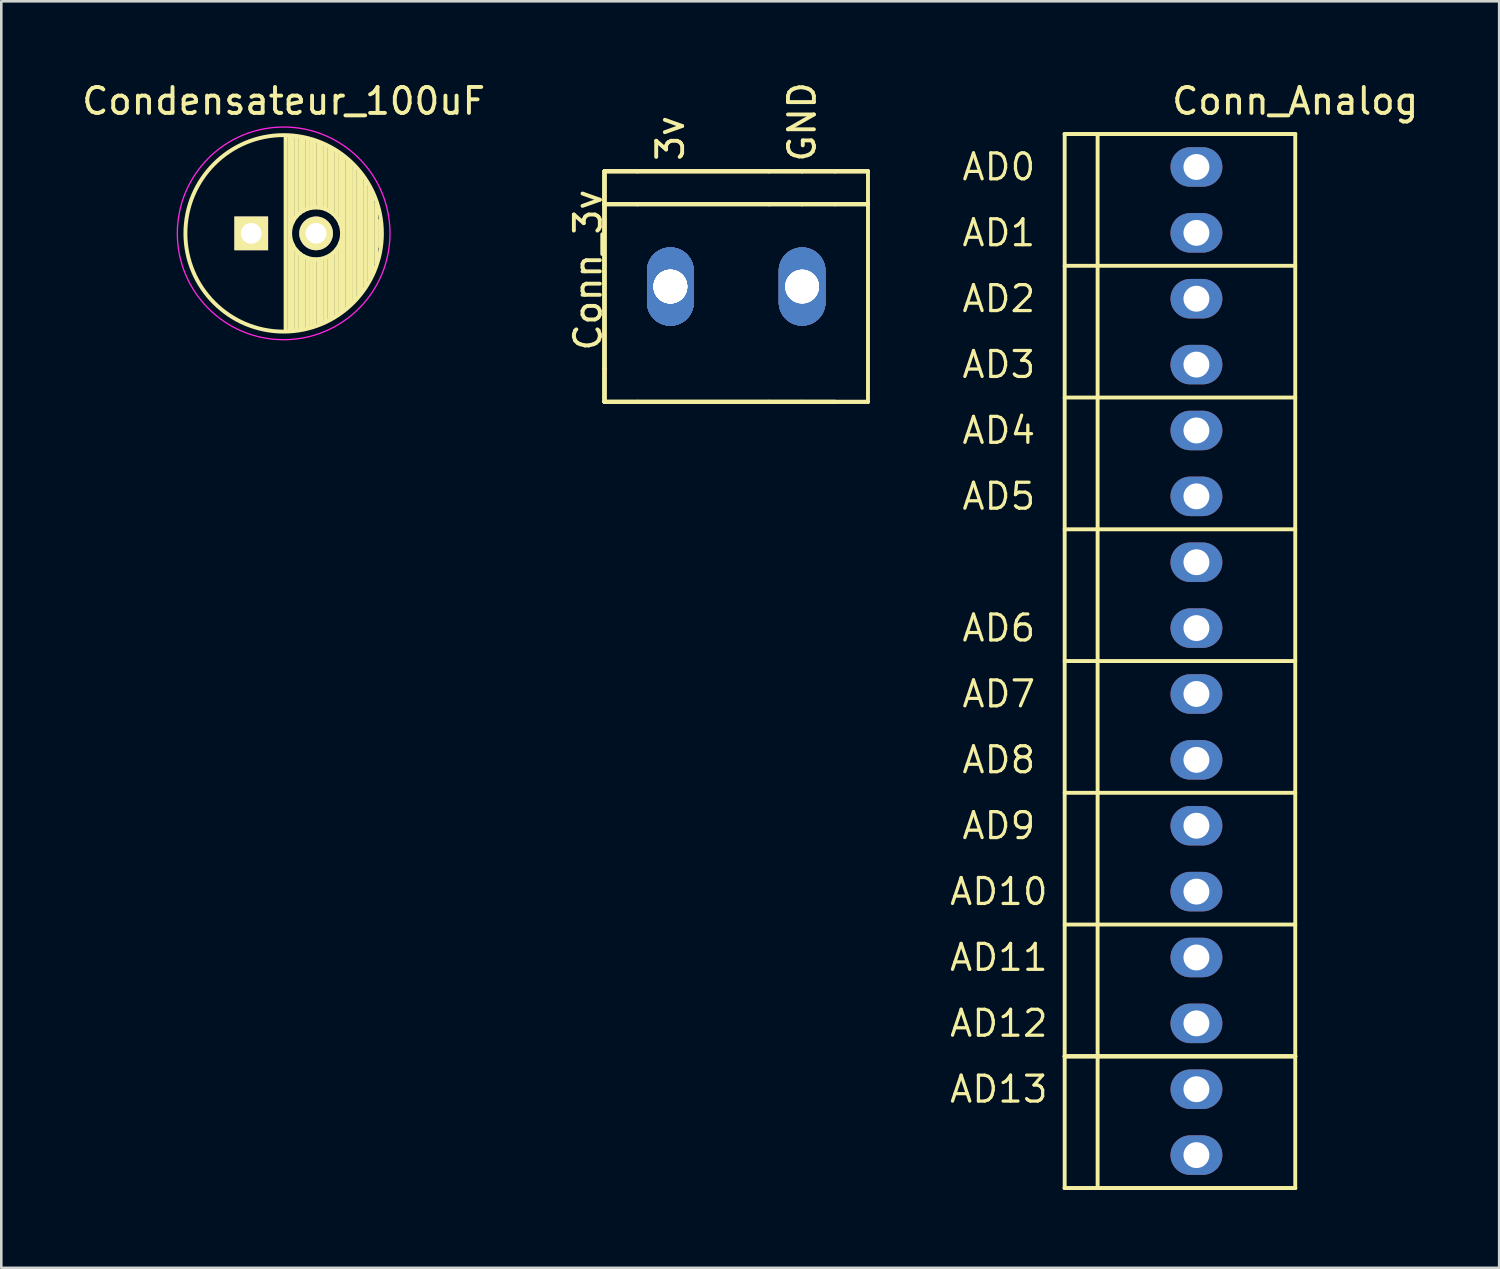
<source format=kicad_pcb>
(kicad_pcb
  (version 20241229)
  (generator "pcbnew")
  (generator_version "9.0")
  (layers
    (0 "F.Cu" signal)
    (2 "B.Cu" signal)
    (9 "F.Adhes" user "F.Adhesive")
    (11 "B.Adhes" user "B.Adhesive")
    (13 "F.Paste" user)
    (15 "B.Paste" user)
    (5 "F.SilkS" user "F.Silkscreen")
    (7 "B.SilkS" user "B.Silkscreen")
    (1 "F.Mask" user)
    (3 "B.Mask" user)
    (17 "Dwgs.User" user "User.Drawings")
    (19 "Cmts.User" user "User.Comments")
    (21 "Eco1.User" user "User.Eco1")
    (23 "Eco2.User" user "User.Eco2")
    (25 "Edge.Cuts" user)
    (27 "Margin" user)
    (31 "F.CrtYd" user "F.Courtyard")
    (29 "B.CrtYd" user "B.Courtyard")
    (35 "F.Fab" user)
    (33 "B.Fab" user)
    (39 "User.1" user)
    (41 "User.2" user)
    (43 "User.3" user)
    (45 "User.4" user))
  (footprint "Condensateur_100uF"
    (layer "F.Cu")
    (at 6.637 5.948)
    (property "Reference" "Condensateur_100uF" (at 1.25 -5.1 0) (layer "F.SilkS") (effects (font (size 1 1) (thickness 0.15))))
    (attr through_hole)
    (fp_line (start 1.325 -3.749) (end 1.325 3.749) (stroke (width 0.15) (type solid)) (layer "F.SilkS"))
    (fp_line (start 1.465 -3.744) (end 1.465 3.744) (stroke (width 0.15) (type solid)) (layer "F.SilkS"))
    (fp_line (start 1.605 -3.733) (end 1.605 -0.446) (stroke (width 0.15) (type solid)) (layer "F.SilkS"))
    (fp_line (start 1.605 0.446) (end 1.605 3.733) (stroke (width 0.15) (type solid)) (layer "F.SilkS"))
    (fp_line (start 1.745 -3.717) (end 1.745 -0.656) (stroke (width 0.15) (type solid)) (layer "F.SilkS"))
    (fp_line (start 1.745 0.656) (end 1.745 3.717) (stroke (width 0.15) (type solid)) (layer "F.SilkS"))
    (fp_line (start 1.885 -3.696) (end 1.885 -0.789) (stroke (width 0.15) (type solid)) (layer "F.SilkS"))
    (fp_line (start 1.885 0.789) (end 1.885 3.696) (stroke (width 0.15) (type solid)) (layer "F.SilkS"))
    (fp_line (start 2.025 -3.669) (end 2.025 -0.88) (stroke (width 0.15) (type solid)) (layer "F.SilkS"))
    (fp_line (start 2.025 0.88) (end 2.025 3.669) (stroke (width 0.15) (type solid)) (layer "F.SilkS"))
    (fp_line (start 2.165 -3.637) (end 2.165 -0.942) (stroke (width 0.15) (type solid)) (layer "F.SilkS"))
    (fp_line (start 2.165 0.942) (end 2.165 3.637) (stroke (width 0.15) (type solid)) (layer "F.SilkS"))
    (fp_line (start 2.305 -3.599) (end 2.305 -0.981) (stroke (width 0.15) (type solid)) (layer "F.SilkS"))
    (fp_line (start 2.305 0.981) (end 2.305 3.599) (stroke (width 0.15) (type solid)) (layer "F.SilkS"))
    (fp_line (start 2.445 -3.555) (end 2.445 -0.998) (stroke (width 0.15) (type solid)) (layer "F.SilkS"))
    (fp_line (start 2.445 0.998) (end 2.445 3.555) (stroke (width 0.15) (type solid)) (layer "F.SilkS"))
    (fp_line (start 2.585 -3.504) (end 2.585 -0.996) (stroke (width 0.15) (type solid)) (layer "F.SilkS"))
    (fp_line (start 2.585 0.996) (end 2.585 3.504) (stroke (width 0.15) (type solid)) (layer "F.SilkS"))
    (fp_line (start 2.725 -3.448) (end 2.725 -0.974) (stroke (width 0.15) (type solid)) (layer "F.SilkS"))
    (fp_line (start 2.725 0.974) (end 2.725 3.448) (stroke (width 0.15) (type solid)) (layer "F.SilkS"))
    (fp_line (start 2.865 -3.384) (end 2.865 -0.931) (stroke (width 0.15) (type solid)) (layer "F.SilkS"))
    (fp_line (start 2.865 0.931) (end 2.865 3.384) (stroke (width 0.15) (type solid)) (layer "F.SilkS"))
    (fp_line (start 3.005 -3.314) (end 3.005 -0.863) (stroke (width 0.15) (type solid)) (layer "F.SilkS"))
    (fp_line (start 3.005 0.863) (end 3.005 3.314) (stroke (width 0.15) (type solid)) (layer "F.SilkS"))
    (fp_line (start 3.145 -3.236) (end 3.145 -0.764) (stroke (width 0.15) (type solid)) (layer "F.SilkS"))
    (fp_line (start 3.145 0.764) (end 3.145 3.236) (stroke (width 0.15) (type solid)) (layer "F.SilkS"))
    (fp_line (start 3.285 -3.15) (end 3.285 -0.619) (stroke (width 0.15) (type solid)) (layer "F.SilkS"))
    (fp_line (start 3.285 0.619) (end 3.285 3.15) (stroke (width 0.15) (type solid)) (layer "F.SilkS"))
    (fp_line (start 3.425 -3.055) (end 3.425 -0.38) (stroke (width 0.15) (type solid)) (layer "F.SilkS"))
    (fp_line (start 3.425 0.38) (end 3.425 3.055) (stroke (width 0.15) (type solid)) (layer "F.SilkS"))
    (fp_line (start 3.565 -2.95) (end 3.565 2.95) (stroke (width 0.15) (type solid)) (layer "F.SilkS"))
    (fp_line (start 3.705 -2.835) (end 3.705 2.835) (stroke (width 0.15) (type solid)) (layer "F.SilkS"))
    (fp_line (start 3.845 -2.707) (end 3.845 2.707) (stroke (width 0.15) (type solid)) (layer "F.SilkS"))
    (fp_line (start 3.985 -2.566) (end 3.985 2.566) (stroke (width 0.15) (type solid)) (layer "F.SilkS"))
    (fp_line (start 4.125 -2.408) (end 4.125 2.408) (stroke (width 0.15) (type solid)) (layer "F.SilkS"))
    (fp_line (start 4.265 -2.23) (end 4.265 2.23) (stroke (width 0.15) (type solid)) (layer "F.SilkS"))
    (fp_line (start 4.405 -2.027) (end 4.405 2.027) (stroke (width 0.15) (type solid)) (layer "F.SilkS"))
    (fp_line (start 4.545 -1.79) (end 4.545 1.79) (stroke (width 0.15) (type solid)) (layer "F.SilkS"))
    (fp_line (start 4.685 -1.504) (end 4.685 1.504) (stroke (width 0.15) (type solid)) (layer "F.SilkS"))
    (fp_line (start 4.825 -1.132) (end 4.825 1.132) (stroke (width 0.15) (type solid)) (layer "F.SilkS"))
    (fp_line (start 4.965 -0.511) (end 4.965 0.511) (stroke (width 0.15) (type solid)) (layer "F.SilkS"))
    (fp_circle (center 1.25 0) (end 1.25 -3.788) (stroke (width 0.15) (type solid)) (fill no) (layer "F.SilkS"))
    (fp_circle (center 2.5 0) (end 2.5 -1) (stroke (width 0.15) (type solid)) (fill no) (layer "F.SilkS"))
    (fp_circle (center 1.25 0) (end 1.25 -4.1) (stroke (width 0.05) (type solid)) (fill no) (layer "F.CrtYd"))
    (pad "1" thru_hole rect (at 0 0) (size 1.3 1.3) (drill 0.8) (layers "*.Cu" "*.Mask" "F.SilkS"))
    (pad "2" thru_hole circle (at 2.5 0) (size 1.3 1.3) (drill 0.8) (layers "*.Cu" "*.Mask" "F.SilkS")))
  (footprint "Conn_Analog"
    (layer "F.Cu")
    (at 38.001 13.548)
    (property "Reference" "Conn_Analog" (at 8.89 -12.7 0) (layer "F.SilkS") (effects (font (size 1 1) (thickness 0.15))))
    (attr exclude_from_pos_files exclude_from_bom)
    (fp_line (start 0 -11.43) (end 0 24.13) (stroke (width 0.15) (type solid)) (layer "F.SilkS"))
    (fp_line (start 0 -11.43) (end 7.62 -11.43) (stroke (width 0.15) (type solid)) (layer "F.SilkS"))
    (fp_line (start 0 -1.27) (end 8.89 -1.27) (stroke (width 0.15) (type solid)) (layer "F.SilkS"))
    (fp_line (start 0 24.13) (end 0 29.21) (stroke (width 0.15) (type solid)) (layer "F.SilkS"))
    (fp_line (start 0 24.13) (end 8.89 24.13) (stroke (width 0.15) (type solid)) (layer "F.SilkS"))
    (fp_line (start 0 29.21) (end 8.89 29.21) (stroke (width 0.15) (type solid)) (layer "F.SilkS"))
    (fp_line (start 1.27 24.13) (end 1.27 -11.43) (stroke (width 0.15) (type solid)) (layer "F.SilkS"))
    (fp_line (start 1.27 29.21) (end 1.27 24.13) (stroke (width 0.15) (type solid)) (layer "F.SilkS"))
    (fp_line (start 7.62 -11.43) (end 8.89 -11.43) (stroke (width 0.15) (type solid)) (layer "F.SilkS"))
    (fp_line (start 8.89 -11.43) (end 0 -11.43) (stroke (width 0.15) (type solid)) (layer "F.SilkS"))
    (fp_line (start 8.89 -6.35) (end 0 -6.35) (stroke (width 0.15) (type solid)) (layer "F.SilkS"))
    (fp_line (start 8.89 3.81) (end 0 3.81) (stroke (width 0.15) (type solid)) (layer "F.SilkS"))
    (fp_line (start 8.89 8.89) (end 0 8.89) (stroke (width 0.15) (type solid)) (layer "F.SilkS"))
    (fp_line (start 8.89 13.97) (end 0 13.97) (stroke (width 0.15) (type solid)) (layer "F.SilkS"))
    (fp_line (start 8.89 19.05) (end 0 19.05) (stroke (width 0.15) (type solid)) (layer "F.SilkS"))
    (fp_line (start 8.89 24.13) (end 0 24.13) (stroke (width 0.15) (type solid)) (layer "F.SilkS"))
    (fp_line (start 8.89 24.13) (end 0 24.13) (stroke (width 0.15) (type solid)) (layer "F.SilkS"))
    (fp_line (start 8.89 24.13) (end 8.89 -11.43) (stroke (width 0.15) (type solid)) (layer "F.SilkS"))
    (fp_line (start 8.89 29.21) (end 0 29.21) (stroke (width 0.15) (type solid)) (layer "F.SilkS"))
    (fp_line (start 8.89 29.21) (end 8.89 24.13) (stroke (width 0.15) (type solid)) (layer "F.SilkS"))
    (fp_text user "AD5" (at -2.54 2.54 0) (layer "F.SilkS") (effects (font (size 1 1) (thickness 0.125))))
    (fp_text user "AD1" (at -2.54 -7.62 0) (layer "F.SilkS") (effects (font (size 1 1) (thickness 0.125))))
    (fp_text user "AD11" (at -2.54 20.32 0) (layer "F.SilkS") (effects (font (size 1 1) (thickness 0.125))))
    (fp_text user "AD10" (at -2.54 17.78 0) (layer "F.SilkS") (effects (font (size 1 1) (thickness 0.125))))
    (fp_text user "AD4" (at -2.54 0 0) (layer "F.SilkS") (effects (font (size 1 1) (thickness 0.125))))
    (fp_text user "AD3" (at -2.54 -2.54 0) (layer "F.SilkS") (effects (font (size 1 1) (thickness 0.125))))
    (fp_text user "AD8" (at -2.54 12.7 0) (layer "F.SilkS") (effects (font (size 1 1) (thickness 0.125))))
    (fp_text user "AD13" (at -2.54 25.4 0) (layer "F.SilkS") (effects (font (size 1 1) (thickness 0.125))))
    (fp_text user "AD9" (at -2.54 15.24 0) (layer "F.SilkS") (effects (font (size 1 1) (thickness 0.125))))
    (fp_text user "AD0" (at -2.54 -10.16 0) (layer "F.SilkS") (effects (font (size 1 1) (thickness 0.125))))
    (fp_text user "AD7" (at -2.54 10.16 0) (layer "F.SilkS") (effects (font (size 1 1) (thickness 0.125))))
    (fp_text user "AD2" (at -2.54 -5.08 0) (layer "F.SilkS") (effects (font (size 1 1) (thickness 0.125))))
    (fp_text user "AD12" (at -2.54 22.86 0) (layer "F.SilkS") (effects (font (size 1 1) (thickness 0.125))))
    (fp_text user "AD6" (at -2.54 7.62 0) (layer "F.SilkS") (effects (font (size 1 1) (thickness 0.125))))
    (pad "1" thru_hole oval (at 5.08 -10.16) (size 2 1.524) (drill 1) (layers "*.Cu" "*.Mask"))
    (pad "2" thru_hole oval (at 5.08 -7.62) (size 2 1.524) (drill 1) (layers "*.Cu" "*.Mask"))
    (pad "3" thru_hole oval (at 5.08 -5.08) (size 2 1.524) (drill 1) (layers "*.Cu" "*.Mask"))
    (pad "4" thru_hole oval (at 5.08 -2.54) (size 2 1.524) (drill 1) (layers "*.Cu" "*.Mask"))
    (pad "5" thru_hole oval (at 5.08 0) (size 2 1.524) (drill 1) (layers "*.Cu" "*.Mask"))
    (pad "6" thru_hole oval (at 5.08 2.54) (size 2 1.524) (drill 1) (layers "*.Cu" "*.Mask"))
    (pad "7" thru_hole oval (at 5.08 5.08) (size 2 1.524) (drill 1) (layers "*.Cu" "*.Mask"))
    (pad "8" thru_hole oval (at 5.08 7.62) (size 2 1.524) (drill 1) (layers "*.Cu" "*.Mask"))
    (pad "9" thru_hole oval (at 5.08 10.16) (size 2 1.524) (drill 1) (layers "*.Cu" "*.Mask"))
    (pad "10" thru_hole oval (at 5.08 12.7) (size 2 1.524) (drill 1) (layers "*.Cu" "*.Mask"))
    (pad "11" thru_hole oval (at 5.08 15.24) (size 2 1.524) (drill 1) (layers "*.Cu" "*.Mask"))
    (pad "12" thru_hole oval (at 5.08 17.78) (size 2 1.524) (drill 1) (layers "*.Cu" "*.Mask"))
    (pad "13" thru_hole oval (at 5.08 20.32) (size 2 1.524) (drill 1) (layers "*.Cu" "*.Mask"))
    (pad "14" thru_hole oval (at 5.08 22.86) (size 2 1.524) (drill 1) (layers "*.Cu" "*.Mask"))
    (pad "15" thru_hole oval (at 5.08 25.4) (size 2 1.524) (drill 1) (layers "*.Cu" "*.Mask"))
    (pad "16" thru_hole oval (at 5.08 27.94) (size 2 1.524) (drill 1) (layers "*.Cu" "*.Mask")))
  (footprint "Conn_3v"
    (layer "F.Cu")
    (at 25.337 7.999)
    (property "Reference" "Conn_3v" (at -5.715 -0.635 90) (layer "F.SilkS") (effects (font (size 1 1) (thickness 0.15))))
    (attr exclude_from_pos_files exclude_from_bom)
    (fp_line (start -5.08 -4.445) (end -3.81 -4.445) (stroke (width 0.15) (type solid)) (layer "F.SilkS"))
    (fp_line (start -5.08 -4.445) (end -3.81 -4.445) (stroke (width 0.15) (type solid)) (layer "F.SilkS"))
    (fp_line (start -5.08 -4.445) (end -3.81 -4.445) (stroke (width 0.15) (type solid)) (layer "F.SilkS"))
    (fp_line (start -5.08 -4.445) (end -3.81 -4.445) (stroke (width 0.15) (type solid)) (layer "F.SilkS"))
    (fp_line (start -5.08 -3.175) (end -5.08 -4.445) (stroke (width 0.15) (type solid)) (layer "F.SilkS"))
    (fp_line (start -5.08 -3.175) (end -5.08 -4.445) (stroke (width 0.15) (type solid)) (layer "F.SilkS"))
    (fp_line (start -5.08 -3.175) (end -5.08 -4.445) (stroke (width 0.15) (type solid)) (layer "F.SilkS"))
    (fp_line (start -5.08 -3.175) (end -5.08 -4.445) (stroke (width 0.15) (type solid)) (layer "F.SilkS"))
    (fp_line (start -5.08 -3.175) (end -5.08 3.175) (stroke (width 0.15) (type solid)) (layer "F.SilkS"))
    (fp_line (start -5.08 -3.175) (end -5.08 3.175) (stroke (width 0.15) (type solid)) (layer "F.SilkS"))
    (fp_line (start -5.08 -3.175) (end -5.08 3.175) (stroke (width 0.15) (type solid)) (layer "F.SilkS"))
    (fp_line (start -5.08 -3.175) (end -5.08 3.175) (stroke (width 0.15) (type solid)) (layer "F.SilkS"))
    (fp_line (start -5.08 -3.175) (end -3.81 -3.175) (stroke (width 0.15) (type solid)) (layer "F.SilkS"))
    (fp_line (start -5.08 -3.175) (end -3.81 -3.175) (stroke (width 0.15) (type solid)) (layer "F.SilkS"))
    (fp_line (start -5.08 -3.175) (end -3.81 -3.175) (stroke (width 0.15) (type solid)) (layer "F.SilkS"))
    (fp_line (start -5.08 -3.175) (end -3.81 -3.175) (stroke (width 0.15) (type solid)) (layer "F.SilkS"))
    (fp_line (start -5.08 4.445) (end -5.08 3.175) (stroke (width 0.15) (type solid)) (layer "F.SilkS"))
    (fp_line (start -5.08 4.445) (end -5.08 3.175) (stroke (width 0.15) (type solid)) (layer "F.SilkS"))
    (fp_line (start -5.08 4.445) (end -5.08 3.175) (stroke (width 0.15) (type solid)) (layer "F.SilkS"))
    (fp_line (start -5.08 4.445) (end -5.08 3.175) (stroke (width 0.15) (type solid)) (layer "F.SilkS"))
    (fp_line (start -3.81 -4.445) (end 1.27 -4.445) (stroke (width 0.15) (type solid)) (layer "F.SilkS"))
    (fp_line (start -3.81 -4.445) (end 1.27 -4.445) (stroke (width 0.15) (type solid)) (layer "F.SilkS"))
    (fp_line (start -3.81 -4.445) (end 1.27 -4.445) (stroke (width 0.15) (type solid)) (layer "F.SilkS"))
    (fp_line (start -3.81 -4.445) (end 1.27 -4.445) (stroke (width 0.15) (type solid)) (layer "F.SilkS"))
    (fp_line (start -3.81 4.445) (end -5.08 4.445) (stroke (width 0.15) (type solid)) (layer "F.SilkS"))
    (fp_line (start -3.81 4.445) (end -5.08 4.445) (stroke (width 0.15) (type solid)) (layer "F.SilkS"))
    (fp_line (start -3.81 4.445) (end -5.08 4.445) (stroke (width 0.15) (type solid)) (layer "F.SilkS"))
    (fp_line (start -3.81 4.445) (end -5.08 4.445) (stroke (width 0.15) (type solid)) (layer "F.SilkS"))
    (fp_line (start 1.27 -4.445) (end 2.54 -4.445) (stroke (width 0.15) (type solid)) (layer "F.SilkS"))
    (fp_line (start 1.27 -4.445) (end 2.54 -4.445) (stroke (width 0.15) (type solid)) (layer "F.SilkS"))
    (fp_line (start 1.27 -4.445) (end 2.54 -4.445) (stroke (width 0.15) (type solid)) (layer "F.SilkS"))
    (fp_line (start 1.27 -4.445) (end 2.54 -4.445) (stroke (width 0.15) (type solid)) (layer "F.SilkS"))
    (fp_line (start 1.27 -3.175) (end -3.81 -3.175) (stroke (width 0.15) (type solid)) (layer "F.SilkS"))
    (fp_line (start 1.27 -3.175) (end -3.81 -3.175) (stroke (width 0.15) (type solid)) (layer "F.SilkS"))
    (fp_line (start 1.27 -3.175) (end -3.81 -3.175) (stroke (width 0.15) (type solid)) (layer "F.SilkS"))
    (fp_line (start 1.27 -3.175) (end -3.81 -3.175) (stroke (width 0.15) (type solid)) (layer "F.SilkS"))
    (fp_line (start 1.27 -3.175) (end 2.54 -3.175) (stroke (width 0.15) (type solid)) (layer "F.SilkS"))
    (fp_line (start 1.27 -3.175) (end 2.54 -3.175) (stroke (width 0.15) (type solid)) (layer "F.SilkS"))
    (fp_line (start 1.27 -3.175) (end 2.54 -3.175) (stroke (width 0.15) (type solid)) (layer "F.SilkS"))
    (fp_line (start 1.27 -3.175) (end 2.54 -3.175) (stroke (width 0.15) (type solid)) (layer "F.SilkS"))
    (fp_line (start 1.27 4.445) (end -3.81 4.445) (stroke (width 0.15) (type solid)) (layer "F.SilkS"))
    (fp_line (start 1.27 4.445) (end -3.81 4.445) (stroke (width 0.15) (type solid)) (layer "F.SilkS"))
    (fp_line (start 1.27 4.445) (end -3.81 4.445) (stroke (width 0.15) (type solid)) (layer "F.SilkS"))
    (fp_line (start 1.27 4.445) (end -3.81 4.445) (stroke (width 0.15) (type solid)) (layer "F.SilkS"))
    (fp_line (start 1.27 4.445) (end 2.54 4.445) (stroke (width 0.15) (type solid)) (layer "F.SilkS"))
    (fp_line (start 1.27 4.445) (end 2.54 4.445) (stroke (width 0.15) (type solid)) (layer "F.SilkS"))
    (fp_line (start 1.27 4.445) (end 2.54 4.445) (stroke (width 0.15) (type solid)) (layer "F.SilkS"))
    (fp_line (start 1.27 4.445) (end 2.54 4.445) (stroke (width 0.15) (type solid)) (layer "F.SilkS"))
    (fp_line (start 2.54 -4.445) (end 3.81 -4.445) (stroke (width 0.15) (type solid)) (layer "F.SilkS"))
    (fp_line (start 2.54 -4.445) (end 3.81 -4.445) (stroke (width 0.15) (type solid)) (layer "F.SilkS"))
    (fp_line (start 2.54 -4.445) (end 3.81 -4.445) (stroke (width 0.15) (type solid)) (layer "F.SilkS"))
    (fp_line (start 2.54 -4.445) (end 3.81 -4.445) (stroke (width 0.15) (type solid)) (layer "F.SilkS"))
    (fp_line (start 2.54 -3.175) (end 3.81 -3.175) (stroke (width 0.15) (type solid)) (layer "F.SilkS"))
    (fp_line (start 2.54 -3.175) (end 3.81 -3.175) (stroke (width 0.15) (type solid)) (layer "F.SilkS"))
    (fp_line (start 2.54 -3.175) (end 3.81 -3.175) (stroke (width 0.15) (type solid)) (layer "F.SilkS"))
    (fp_line (start 2.54 -3.175) (end 3.81 -3.175) (stroke (width 0.15) (type solid)) (layer "F.SilkS"))
    (fp_line (start 2.54 4.445) (end 3.81 4.445) (stroke (width 0.15) (type solid)) (layer "F.SilkS"))
    (fp_line (start 2.54 4.445) (end 3.81 4.445) (stroke (width 0.15) (type solid)) (layer "F.SilkS"))
    (fp_line (start 2.54 4.445) (end 3.81 4.445) (stroke (width 0.15) (type solid)) (layer "F.SilkS"))
    (fp_line (start 2.54 4.445) (end 3.81 4.445) (stroke (width 0.15) (type solid)) (layer "F.SilkS"))
    (fp_line (start 3.81 -4.445) (end 5.08 -4.445) (stroke (width 0.15) (type solid)) (layer "F.SilkS"))
    (fp_line (start 3.81 -4.445) (end 5.08 -4.445) (stroke (width 0.15) (type solid)) (layer "F.SilkS"))
    (fp_line (start 3.81 -4.445) (end 5.08 -4.445) (stroke (width 0.15) (type solid)) (layer "F.SilkS"))
    (fp_line (start 3.81 -4.445) (end 5.08 -4.445) (stroke (width 0.15) (type solid)) (layer "F.SilkS"))
    (fp_line (start 3.81 -3.175) (end 5.08 -3.175) (stroke (width 0.15) (type solid)) (layer "F.SilkS"))
    (fp_line (start 3.81 -3.175) (end 5.08 -3.175) (stroke (width 0.15) (type solid)) (layer "F.SilkS"))
    (fp_line (start 3.81 -3.175) (end 5.08 -3.175) (stroke (width 0.15) (type solid)) (layer "F.SilkS"))
    (fp_line (start 3.81 -3.175) (end 5.08 -3.175) (stroke (width 0.15) (type solid)) (layer "F.SilkS"))
    (fp_line (start 5.08 -4.445) (end 5.08 4.445) (stroke (width 0.15) (type solid)) (layer "F.SilkS"))
    (fp_line (start 5.08 4.445) (end 3.81 4.445) (stroke (width 0.15) (type solid)) (layer "F.SilkS"))
    (fp_line (start 5.08 4.445) (end 3.81 4.445) (stroke (width 0.15) (type solid)) (layer "F.SilkS"))
    (fp_text user "3v" (at -2.54 -5.715 90) (layer "F.SilkS") (effects (font (size 1 1) (thickness 0.15))))
    (fp_text user "GND" (at 2.54 -6.35 90) (layer "F.SilkS") (effects (font (size 1 1) (thickness 0.15))))
    (pad "1" thru_hole oval (at -2.54 0) (size 1.8 3.015) (drill 1.3) (layers "*.Cu" "*.Mask"))
    (pad "1" thru_hole oval (at -2.54 0) (size 1.8 3.015) (drill 1.3) (layers "*.Cu" "*.Mask"))
    (pad "1" thru_hole oval (at -2.54 0) (size 1.8 3.015) (drill 1.3) (layers "*.Cu" "*.Mask"))
    (pad "1" thru_hole oval (at -2.54 0) (size 1.8 3.015) (drill 1.3) (layers "*.Cu" "*.Mask"))
    (pad "1" thru_hole oval (at -2.54 0) (size 1.8 3.015) (drill 1.3) (layers "*.Cu" "*.Mask"))
    (pad "1" thru_hole oval (at -2.54 0) (size 1.8 3.015) (drill 1.3) (layers "*.Cu" "*.Mask"))
    (pad "1" thru_hole oval (at -2.54 0) (size 1.8 3.015) (drill 1.3) (layers "*.Cu" "*.Mask"))
    (pad "1" thru_hole oval (at -2.54 0) (size 1.8 3.015) (drill 1.3) (layers "*.Cu" "*.Mask"))
    (pad "2" thru_hole oval (at 2.54 0) (size 1.8 3.015) (drill 1.3) (layers "*.Cu" "*.Mask"))
    (pad "2" thru_hole oval (at 2.54 0) (size 1.8 3.015) (drill 1.3) (layers "*.Cu" "*.Mask"))
    (pad "2" thru_hole oval (at 2.54 0) (size 1.8 3.015) (drill 1.3) (layers "*.Cu" "*.Mask"))
    (pad "2" thru_hole oval (at 2.54 0) (size 1.8 3.015) (drill 1.3) (layers "*.Cu" "*.Mask")))
  (gr_rect
    (start -3 -3)
    (end 54.754 45.833)
    (stroke (width 0.1) (type default))
    (fill no)
    (layer "Edge.Cuts")))
</source>
